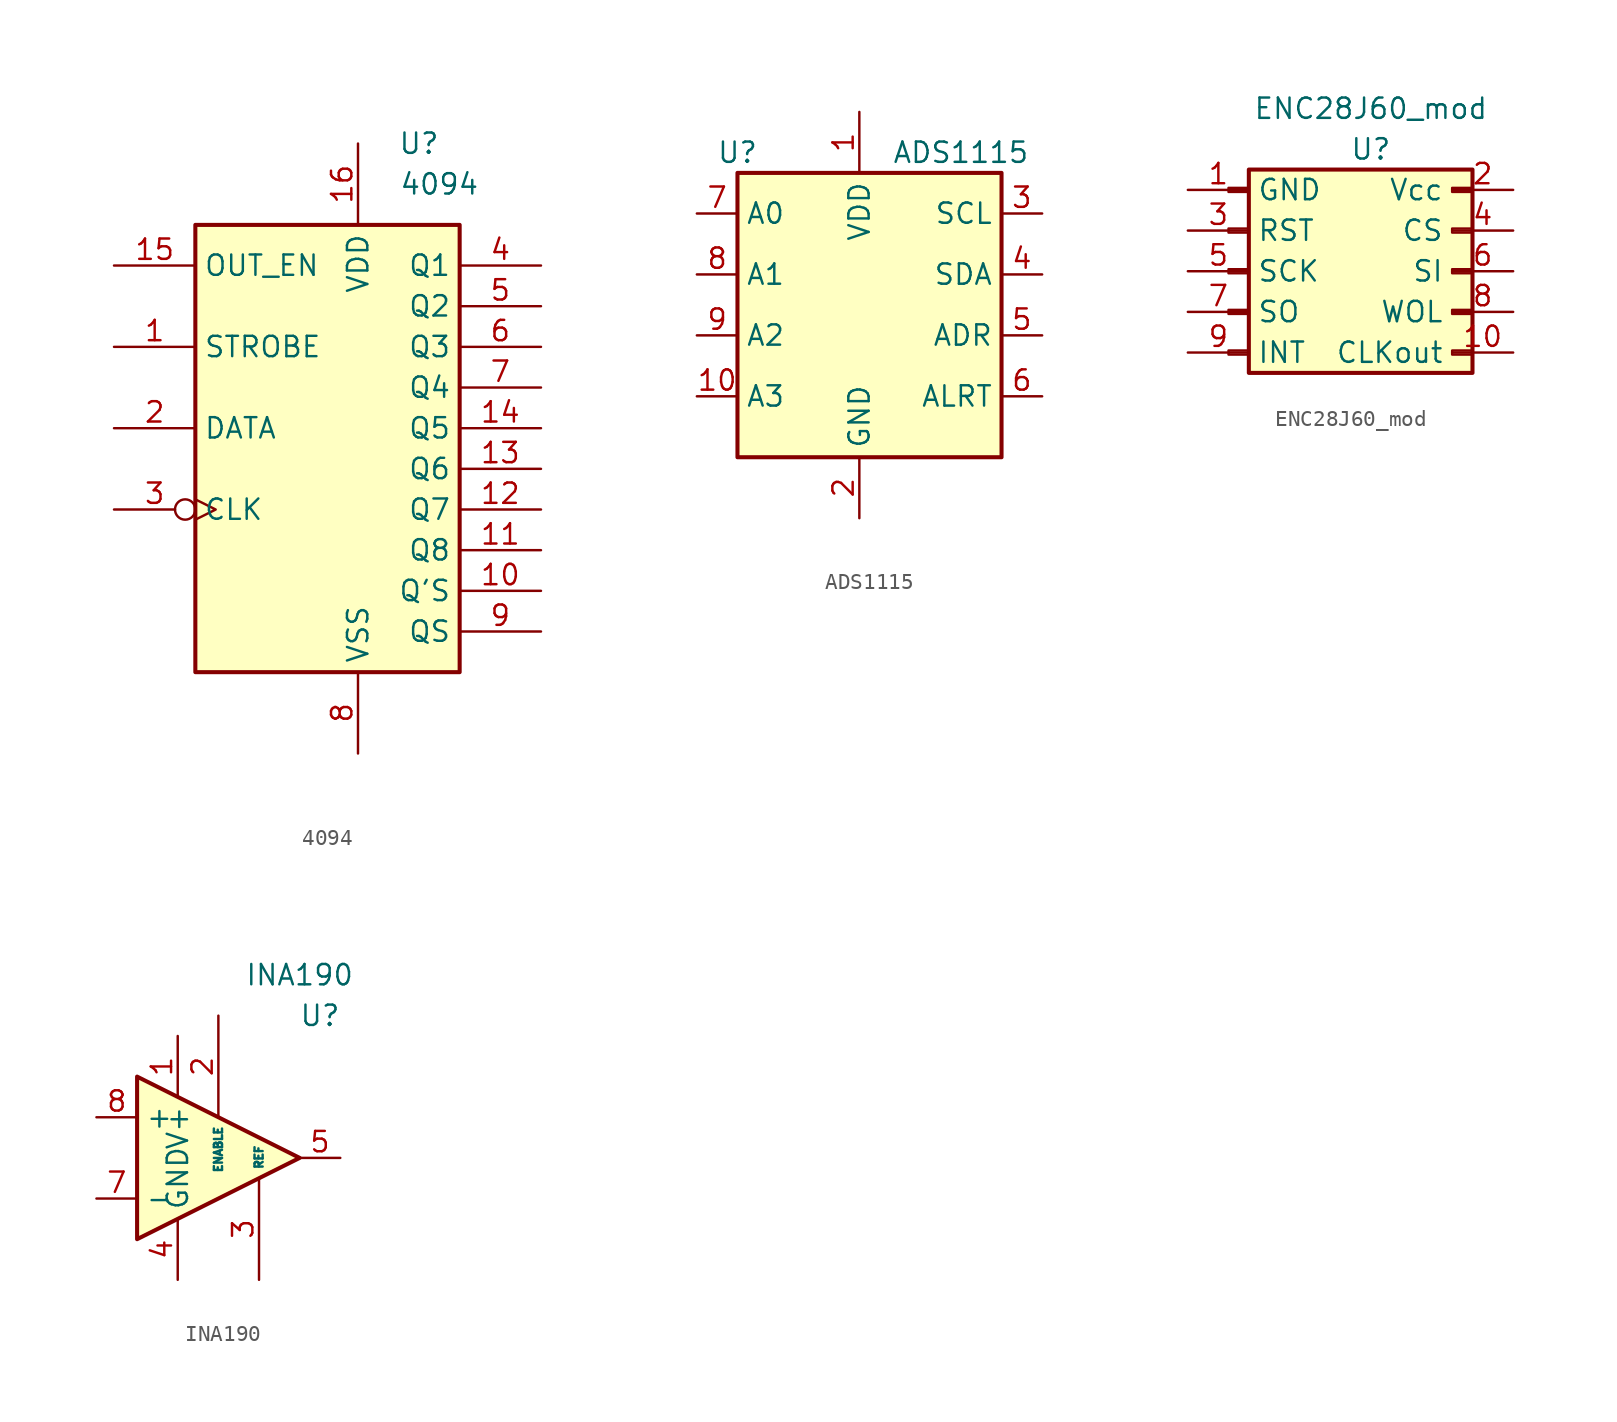
<source format=kicad_sym>
(kicad_symbol_lib
  (version 20211014)
  (generator kicad_symbol_editor)
  (symbol "4094"
    (property "Reference" "U"
      (at 7.62 15.24 0)
      (effects (font (size 1.27 1.27))))
    (property "Value" "4094"
      (at 8.89 12.7 0)
      (effects (font (size 1.27 1.27))))
    (symbol "4094_1_0"
      (pin input line (at -11.43 2.54 0) (length 5.08) (name "STROBE" (effects (font (size 1.27 1.27)))) (number "1" (effects (font (size 1.27 1.27)))))
      (pin output line (at 15.24 -12.7 180) (length 5.08) (name "Q'S" (effects (font (size 1.27 1.27)))) (number "10" (effects (font (size 1.27 1.27)))))
      (pin output line (at 15.24 -10.16 180) (length 5.08) (name "Q8" (effects (font (size 1.27 1.27)))) (number "11" (effects (font (size 1.27 1.27)))))
      (pin output line (at 15.24 -7.62 180) (length 5.08) (name "Q7" (effects (font (size 1.27 1.27)))) (number "12" (effects (font (size 1.27 1.27)))))
      (pin output line (at 15.24 -5.08 180) (length 5.08) (name "Q6" (effects (font (size 1.27 1.27)))) (number "13" (effects (font (size 1.27 1.27)))))
      (pin output line (at 15.24 -2.54 180) (length 5.08) (name "Q5" (effects (font (size 1.27 1.27)))) (number "14" (effects (font (size 1.27 1.27)))))
      (pin input line (at -11.43 7.62 0) (length 5.08) (name "OUT_EN" (effects (font (size 1.27 1.27)))) (number "15" (effects (font (size 1.27 1.27)))))
      (pin power_in line (at 3.81 15.24 270) (length 5.08) (name "VDD" (effects (font (size 1.27 1.27)))) (number "16" (effects (font (size 1.27 1.27)))))
      (pin input line (at -11.43 -2.54 0) (length 5.08) (name "DATA" (effects (font (size 1.27 1.27)))) (number "2" (effects (font (size 1.27 1.27)))))
      (pin input inverted_clock (at -11.43 -7.62 0) (length 5.08) (name "CLK" (effects (font (size 1.27 1.27)))) (number "3" (effects (font (size 1.27 1.27)))))
      (pin output line (at 15.24 7.62 180) (length 5.08) (name "Q1" (effects (font (size 1.27 1.27)))) (number "4" (effects (font (size 1.27 1.27)))))
      (pin output line (at 15.24 5.08 180) (length 5.08) (name "Q2" (effects (font (size 1.27 1.27)))) (number "5" (effects (font (size 1.27 1.27)))))
      (pin output line (at 15.24 2.54 180) (length 5.08) (name "Q3" (effects (font (size 1.27 1.27)))) (number "6" (effects (font (size 1.27 1.27)))))
      (pin output line (at 15.24 0 180) (length 5.08) (name "Q4" (effects (font (size 1.27 1.27)))) (number "7" (effects (font (size 1.27 1.27)))))
      (pin power_in line (at 3.81 -22.86 90) (length 5.08) (name "VSS" (effects (font (size 1.27 1.27)))) (number "8" (effects (font (size 1.27 1.27)))))
      (pin output line (at 15.24 -15.24 180) (length 5.08) (name "QS" (effects (font (size 1.27 1.27)))) (number "9" (effects (font (size 1.27 1.27))))))
    (symbol "4094_1_1"
      (rectangle (start -6.35 10.16) (end 10.16 -17.78) (stroke (width 0.254) (type default) (color 0 0 0 0)) (fill (type background)))))
  (symbol "ADS1115"
    (property "Reference" "U"
      (at -7.62 8.89 0)
      (effects (font (size 1.27 1.27))))
    (property "Value" "ADS1115"
      (at 6.35 8.89 0)
      (effects (font (size 1.27 1.27))))
    (symbol "ADS1115_0_1"
      (rectangle (start -7.62 7.62) (end 8.89 -10.16) (stroke (width 0) (type default) (color 0 0 0 0)) (fill (type none)))
      (rectangle (start -7.62 7.62) (end 8.89 -10.16) (stroke (width 0.254) (type default) (color 0 0 0 0)) (fill (type background))))
    (symbol "ADS1115_1_0"
      (pin input line (at -10.16 1.27 0) (length 2.54) (name "A1" (effects (font (size 1.27 1.27)))) (number "8" (effects (font (size 1.27 1.27))))))
    (symbol "ADS1115_1_1"
      (pin power_in line (at 0 11.43 270) (length 3.81) (name "VDD" (effects (font (size 1.27 1.27)))) (number "1" (effects (font (size 1.27 1.27)))))
      (pin input line (at -10.16 -6.35 0) (length 2.54) (name "A3" (effects (font (size 1.27 1.27)))) (number "10" (effects (font (size 1.27 1.27)))))
      (pin power_in line (at 0 -13.97 90) (length 3.81) (name "GND" (effects (font (size 1.27 1.27)))) (number "2" (effects (font (size 1.27 1.27)))))
      (pin input line (at 11.43 5.08 180) (length 2.54) (name "SCL" (effects (font (size 1.27 1.27)))) (number "3" (effects (font (size 1.27 1.27)))))
      (pin input line (at 11.43 1.27 180) (length 2.54) (name "SDA" (effects (font (size 1.27 1.27)))) (number "4" (effects (font (size 1.27 1.27)))))
      (pin input line (at 11.43 -2.54 180) (length 2.54) (name "ADR" (effects (font (size 1.27 1.27)))) (number "5" (effects (font (size 1.27 1.27)))))
      (pin input line (at 11.43 -6.35 180) (length 2.54) (name "ALRT" (effects (font (size 1.27 1.27)))) (number "6" (effects (font (size 1.27 1.27)))))
      (pin input line (at -10.16 5.08 0) (length 2.54) (name "A0" (effects (font (size 1.27 1.27)))) (number "7" (effects (font (size 1.27 1.27)))))
      (pin input line (at -10.16 -2.54 0) (length 2.54) (name "A2" (effects (font (size 1.27 1.27)))) (number "9" (effects (font (size 1.27 1.27)))))))
  (symbol "ENC28J60_mod"
    (property "Reference" "U"
      (at 0 7.62 0)
      (effects (font (size 1.27 1.27))))
    (property "Value" "ENC28J60_mod"
      (at 0 10.16 0)
      (effects (font (size 1.27 1.27))))
    (symbol "ENC28J60_mod_1_1"
      (rectangle (start -8.89 -4.953) (end -7.62 -5.207) (stroke (width 0.152) (type default) (color 0 0 0 0)) (fill (type none)))
      (rectangle (start -8.89 -2.413) (end -7.62 -2.667) (stroke (width 0.152) (type default) (color 0 0 0 0)) (fill (type none)))
      (rectangle (start -8.89 0.127) (end -7.62 -0.127) (stroke (width 0.152) (type default) (color 0 0 0 0)) (fill (type none)))
      (rectangle (start -8.89 2.667) (end -7.62 2.413) (stroke (width 0.152) (type default) (color 0 0 0 0)) (fill (type none)))
      (rectangle (start -8.89 5.207) (end -7.62 4.953) (stroke (width 0.152) (type default) (color 0 0 0 0)) (fill (type none)))
      (rectangle (start -7.62 6.35) (end 6.35 -6.35) (stroke (width 0.254) (type default) (color 0 0 0 0)) (fill (type background)))
      (rectangle (start 6.35 -4.953) (end 5.08 -5.207) (stroke (width 0.152) (type default) (color 0 0 0 0)) (fill (type none)))
      (rectangle (start 6.35 -2.413) (end 5.08 -2.667) (stroke (width 0.152) (type default) (color 0 0 0 0)) (fill (type none)))
      (rectangle (start 6.35 0.127) (end 5.08 -0.127) (stroke (width 0.152) (type default) (color 0 0 0 0)) (fill (type none)))
      (rectangle (start 6.35 2.667) (end 5.08 2.413) (stroke (width 0.152) (type default) (color 0 0 0 0)) (fill (type none)))
      (rectangle (start 6.35 5.207) (end 5.08 4.953) (stroke (width 0.152) (type default) (color 0 0 0 0)) (fill (type none)))
      (pin passive line (at -11.43 5.08 0) (length 3.81) (name "GND" (effects (font (size 1.27 1.27)))) (number "1" (effects (font (size 1.27 1.27)))))
      (pin passive line (at 8.89 -5.08 180) (length 3.81) (name "CLKout" (effects (font (size 1.27 1.27)))) (number "10" (effects (font (size 1.27 1.27)))))
      (pin passive line (at 8.89 5.08 180) (length 3.81) (name "Vcc" (effects (font (size 1.27 1.27)))) (number "2" (effects (font (size 1.27 1.27)))))
      (pin passive line (at -11.43 2.54 0) (length 3.81) (name "RST" (effects (font (size 1.27 1.27)))) (number "3" (effects (font (size 1.27 1.27)))))
      (pin passive line (at 8.89 2.54 180) (length 3.81) (name "CS" (effects (font (size 1.27 1.27)))) (number "4" (effects (font (size 1.27 1.27)))))
      (pin passive line (at -11.43 0 0) (length 3.81) (name "SCK" (effects (font (size 1.27 1.27)))) (number "5" (effects (font (size 1.27 1.27)))))
      (pin passive line (at 8.89 0 180) (length 3.81) (name "SI" (effects (font (size 1.27 1.27)))) (number "6" (effects (font (size 1.27 1.27)))))
      (pin passive line (at -11.43 -2.54 0) (length 3.81) (name "SO" (effects (font (size 1.27 1.27)))) (number "7" (effects (font (size 1.27 1.27)))))
      (pin passive line (at 8.89 -2.54 180) (length 3.81) (name "WOL" (effects (font (size 1.27 1.27)))) (number "8" (effects (font (size 1.27 1.27)))))
      (pin passive line (at -11.43 -5.08 0) (length 3.81) (name "INT" (effects (font (size 1.27 1.27)))) (number "9" (effects (font (size 1.27 1.27)))))))
  (symbol "INA190"
    (property "Reference" "U"
      (at 8.89 8.89 0)
      (effects (font (size 1.27 1.27))))
    (property "Value" "INA190"
      (at 7.62 11.43 0)
      (effects (font (size 1.27 1.27))))
    (symbol "INA190_0_1"
      (polyline (pts (xy 7.62 0) (xy -2.54 5.08) (xy -2.54 -5.08) (xy 7.62 0)) (stroke (width 0.254) (type default) (color 0 0 0 0)) (fill (type background))))
    (symbol "INA190_1_1"
      (pin power_in line (at 0 7.62 270) (length 3.81) (name "V+" (effects (font (size 1.27 1.27)))) (number "1" (effects (font (size 1.27 1.27)))))
      (pin input line (at 2.54 8.89 270) (length 6.35) (name "ENABLE" (effects (font (size 0.508 0.508)))) (number "2" (effects (font (size 1.27 1.27)))))
      (pin input line (at 5.08 -7.62 90) (length 6.35) (name "REF" (effects (font (size 0.508 0.508)))) (number "3" (effects (font (size 1.27 1.27)))))
      (pin power_in line (at 0 -7.62 90) (length 3.81) (name "GND" (effects (font (size 1.27 1.27)))) (number "4" (effects (font (size 1.27 1.27)))))
      (pin output line (at 10.16 0 180) (length 2.54) (name "~" (effects (font (size 1.27 1.27)))) (number "5" (effects (font (size 1.27 1.27)))))
      (pin input line (at -5.08 -2.54 0) (length 2.54) (name "-" (effects (font (size 1.27 1.27)))) (number "7" (effects (font (size 1.27 1.27)))))
      (pin input line (at -5.08 2.54 0) (length 2.54) (name "+" (effects (font (size 1.27 1.27)))) (number "8" (effects (font (size 1.27 1.27))))))))
</source>
